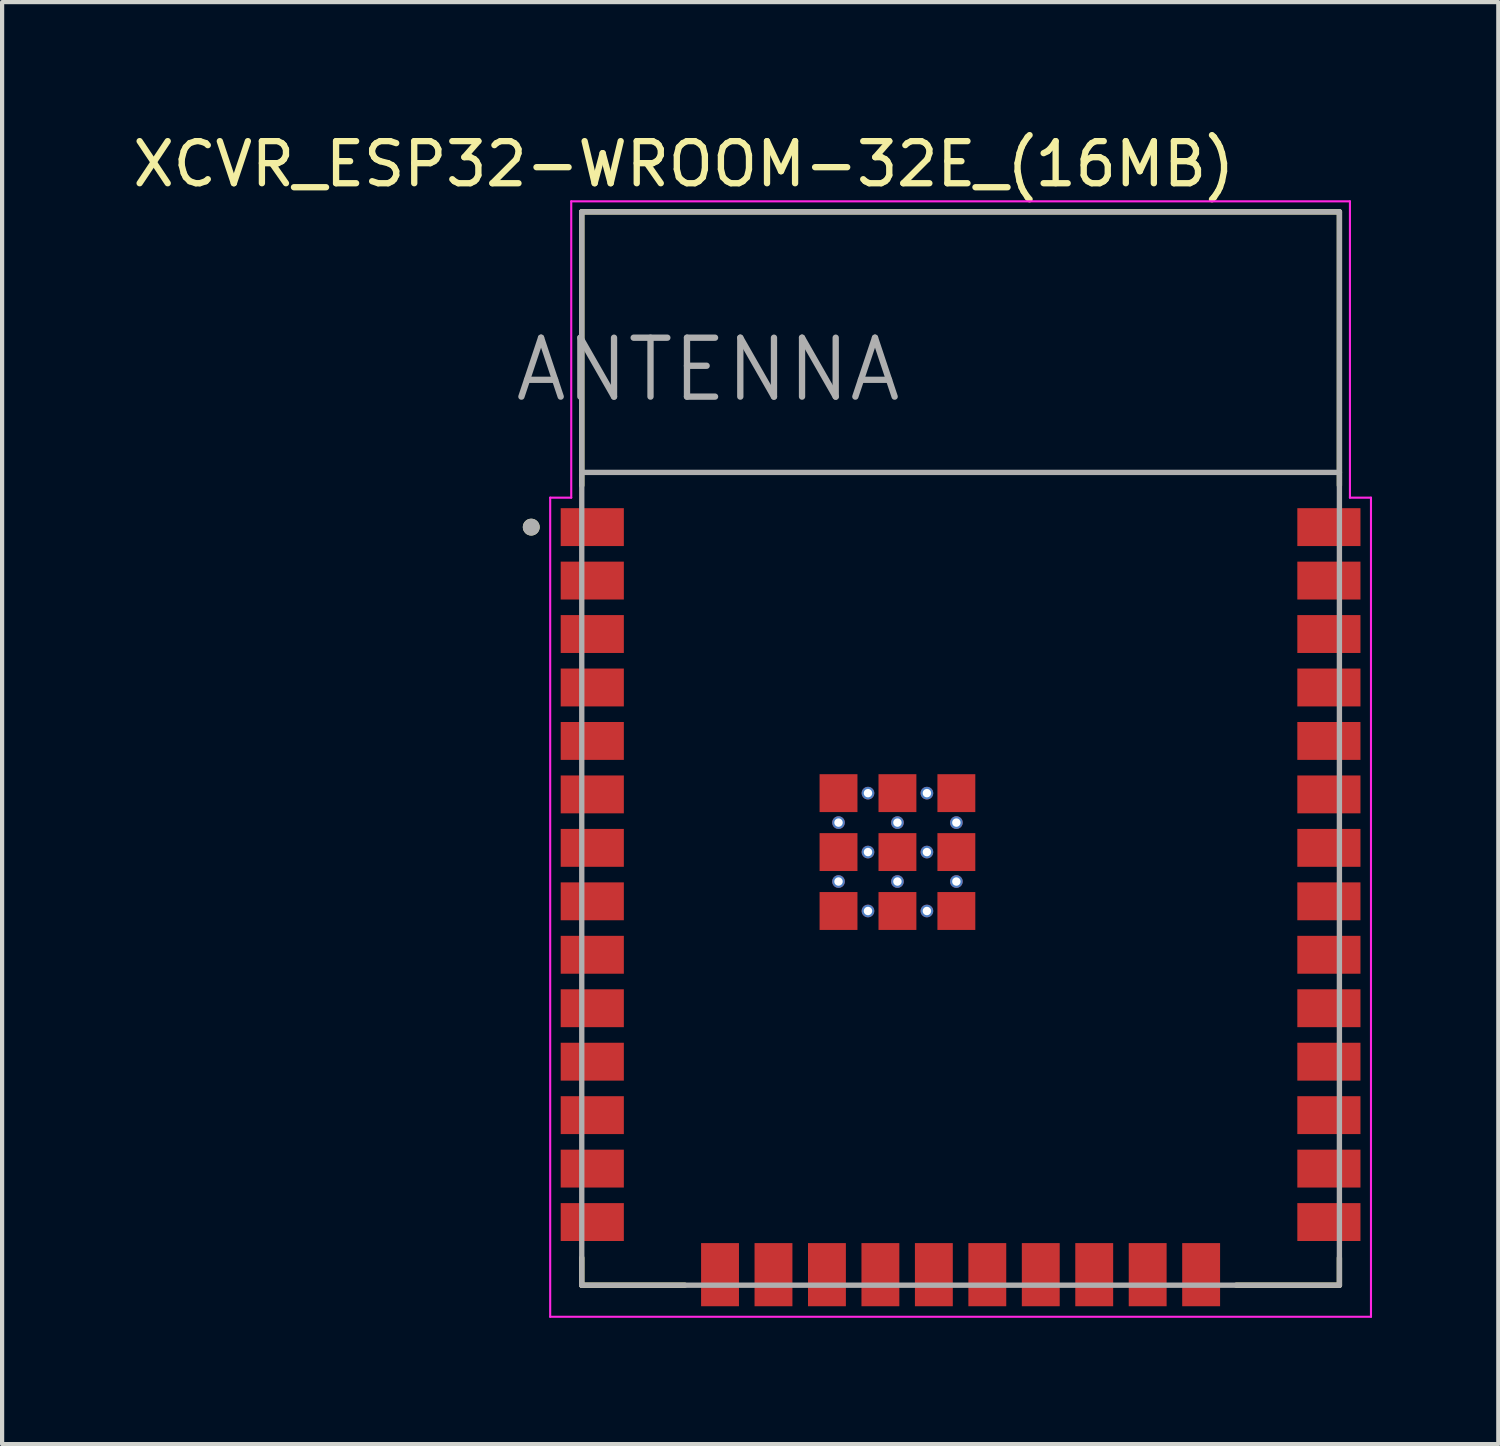
<source format=kicad_pcb>
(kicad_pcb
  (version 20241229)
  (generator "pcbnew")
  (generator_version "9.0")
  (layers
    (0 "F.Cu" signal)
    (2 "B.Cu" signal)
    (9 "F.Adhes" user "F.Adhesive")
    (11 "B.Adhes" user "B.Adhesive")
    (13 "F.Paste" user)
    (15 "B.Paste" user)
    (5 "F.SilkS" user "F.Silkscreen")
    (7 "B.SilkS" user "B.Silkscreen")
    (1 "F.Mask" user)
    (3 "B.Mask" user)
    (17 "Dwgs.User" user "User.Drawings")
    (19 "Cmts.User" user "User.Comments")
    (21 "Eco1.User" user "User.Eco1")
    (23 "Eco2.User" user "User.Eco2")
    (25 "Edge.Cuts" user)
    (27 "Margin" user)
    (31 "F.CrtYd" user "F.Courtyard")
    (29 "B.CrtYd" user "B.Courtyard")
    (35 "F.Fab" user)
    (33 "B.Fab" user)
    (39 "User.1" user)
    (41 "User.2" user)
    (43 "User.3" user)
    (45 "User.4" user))
  (footprint "XCVR_ESP32-WROOM-32E_(16MB)"
    (layer "F.Cu")
    (at 19.771 14.733)
    (property "Reference" "XCVR_ESP32-WROOM-32E_(16MB)" (at -6.575 -13.885 0) (layer "F.SilkS") (effects (font (size 1 1) (thickness 0.15))))
    (attr through_hole)
    (fp_line (start -9 -12.75) (end 9 -12.75) (stroke (width 0.127) (type solid)) (layer "F.SilkS"))
    (fp_line (start -9 -6.25) (end -9 -12.75) (stroke (width 0.127) (type solid)) (layer "F.SilkS"))
    (fp_line (start -9 12.1) (end -9 12.75) (stroke (width 0.127) (type solid)) (layer "F.SilkS"))
    (fp_line (start -9 12.75) (end -6.55 12.75) (stroke (width 0.127) (type solid)) (layer "F.SilkS"))
    (fp_line (start 6.55 12.75) (end 9 12.75) (stroke (width 0.127) (type solid)) (layer "F.SilkS"))
    (fp_line (start 9 -12.75) (end 9 -6.25) (stroke (width 0.127) (type solid)) (layer "F.SilkS"))
    (fp_line (start 9 12.75) (end 9 12.1) (stroke (width 0.127) (type solid)) (layer "F.SilkS"))
    (fp_circle (center -10.2 -5.26) (end -10.1 -5.26) (stroke (width 0.2) (type solid)) (fill no) (layer "F.SilkS"))
    (fp_line (start -9.75 -5.96) (end -9.25 -5.96) (stroke (width 0.05) (type solid)) (layer "F.CrtYd"))
    (fp_line (start -9.75 13.5) (end -9.75 -5.96) (stroke (width 0.05) (type solid)) (layer "F.CrtYd"))
    (fp_line (start -9.25 -13) (end 9.25 -13) (stroke (width 0.05) (type solid)) (layer "F.CrtYd"))
    (fp_line (start -9.25 -5.96) (end -9.25 -13) (stroke (width 0.05) (type solid)) (layer "F.CrtYd"))
    (fp_line (start 9.25 -13) (end 9.25 -5.96) (stroke (width 0.05) (type solid)) (layer "F.CrtYd"))
    (fp_line (start 9.25 -5.96) (end 9.75 -5.96) (stroke (width 0.05) (type solid)) (layer "F.CrtYd"))
    (fp_line (start 9.75 -5.96) (end 9.75 13.5) (stroke (width 0.05) (type solid)) (layer "F.CrtYd"))
    (fp_line (start 9.75 13.5) (end -9.75 13.5) (stroke (width 0.05) (type solid)) (layer "F.CrtYd"))
    (fp_line (start -9 -12.75) (end -9 -6.56) (stroke (width 0.127) (type solid)) (layer "F.Fab"))
    (fp_line (start -9 -12.75) (end 9 -12.75) (stroke (width 0.127) (type solid)) (layer "F.Fab"))
    (fp_line (start -9 -6.56) (end 9 -6.56) (stroke (width 0.127) (type solid)) (layer "F.Fab"))
    (fp_line (start -9 12.75) (end -9 -6.56) (stroke (width 0.127) (type solid)) (layer "F.Fab"))
    (fp_line (start 9 -12.75) (end 9 -6.56) (stroke (width 0.127) (type solid)) (layer "F.Fab"))
    (fp_line (start 9 -6.56) (end 9 12.75) (stroke (width 0.127) (type solid)) (layer "F.Fab"))
    (fp_line (start 9 12.75) (end -9 12.75) (stroke (width 0.127) (type solid)) (layer "F.Fab"))
    (fp_circle (center -10.2 -5.26) (end -10.1 -5.26) (stroke (width 0.2) (type solid)) (fill no) (layer "F.Fab"))
    (fp_text user "ANTENNA" (at -6 -9 0) (layer "F.Fab") (effects (font (size 1.4 1.4) (thickness 0.15))))
    (pad "1" smd rect (at -8.75 -5.26) (size 1.5 0.9) (layers "F.Cu" "F.Mask" "F.Paste"))
    (pad "2" smd rect (at -8.75 -3.99) (size 1.5 0.9) (layers "F.Cu" "F.Mask" "F.Paste"))
    (pad "3" smd rect (at -8.75 -2.72) (size 1.5 0.9) (layers "F.Cu" "F.Mask" "F.Paste"))
    (pad "4" smd rect (at -8.75 -1.45) (size 1.5 0.9) (layers "F.Cu" "F.Mask" "F.Paste"))
    (pad "5" smd rect (at -8.75 -0.18) (size 1.5 0.9) (layers "F.Cu" "F.Mask" "F.Paste"))
    (pad "6" smd rect (at -8.75 1.09) (size 1.5 0.9) (layers "F.Cu" "F.Mask" "F.Paste"))
    (pad "7" smd rect (at -8.75 2.36) (size 1.5 0.9) (layers "F.Cu" "F.Mask" "F.Paste"))
    (pad "8" smd rect (at -8.75 3.63) (size 1.5 0.9) (layers "F.Cu" "F.Mask" "F.Paste"))
    (pad "9" smd rect (at -8.75 4.9) (size 1.5 0.9) (layers "F.Cu" "F.Mask" "F.Paste"))
    (pad "10" smd rect (at -8.75 6.17) (size 1.5 0.9) (layers "F.Cu" "F.Mask" "F.Paste"))
    (pad "11" smd rect (at -8.75 7.44) (size 1.5 0.9) (layers "F.Cu" "F.Mask" "F.Paste"))
    (pad "12" smd rect (at -8.75 8.71) (size 1.5 0.9) (layers "F.Cu" "F.Mask" "F.Paste"))
    (pad "13" smd rect (at -8.75 9.98) (size 1.5 0.9) (layers "F.Cu" "F.Mask" "F.Paste"))
    (pad "14" smd rect (at -8.75 11.25) (size 1.5 0.9) (layers "F.Cu" "F.Mask" "F.Paste"))
    (pad "15" smd rect (at -5.715 12.5) (size 0.9 1.5) (layers "F.Cu" "F.Mask" "F.Paste"))
    (pad "16" smd rect (at -4.445 12.5) (size 0.9 1.5) (layers "F.Cu" "F.Mask" "F.Paste"))
    (pad "17" smd rect (at -3.175 12.5) (size 0.9 1.5) (layers "F.Cu" "F.Mask" "F.Paste"))
    (pad "18" smd rect (at -1.905 12.5) (size 0.9 1.5) (layers "F.Cu" "F.Mask" "F.Paste"))
    (pad "19" smd rect (at -0.635 12.5) (size 0.9 1.5) (layers "F.Cu" "F.Mask" "F.Paste"))
    (pad "20" smd rect (at 0.635 12.5) (size 0.9 1.5) (layers "F.Cu" "F.Mask" "F.Paste"))
    (pad "21" smd rect (at 1.905 12.5) (size 0.9 1.5) (layers "F.Cu" "F.Mask" "F.Paste"))
    (pad "22" smd rect (at 3.175 12.5) (size 0.9 1.5) (layers "F.Cu" "F.Mask" "F.Paste"))
    (pad "23" smd rect (at 4.445 12.5) (size 0.9 1.5) (layers "F.Cu" "F.Mask" "F.Paste"))
    (pad "24" smd rect (at 5.715 12.5) (size 0.9 1.5) (layers "F.Cu" "F.Mask" "F.Paste"))
    (pad "25" smd rect (at 8.75 11.25) (size 1.5 0.9) (layers "F.Cu" "F.Mask" "F.Paste"))
    (pad "26" smd rect (at 8.75 9.98) (size 1.5 0.9) (layers "F.Cu" "F.Mask" "F.Paste"))
    (pad "27" smd rect (at 8.75 8.71) (size 1.5 0.9) (layers "F.Cu" "F.Mask" "F.Paste"))
    (pad "28" smd rect (at 8.75 7.44) (size 1.5 0.9) (layers "F.Cu" "F.Mask" "F.Paste"))
    (pad "29" smd rect (at 8.75 6.17) (size 1.5 0.9) (layers "F.Cu" "F.Mask" "F.Paste"))
    (pad "30" smd rect (at 8.75 4.9) (size 1.5 0.9) (layers "F.Cu" "F.Mask" "F.Paste"))
    (pad "31" smd rect (at 8.75 3.63) (size 1.5 0.9) (layers "F.Cu" "F.Mask" "F.Paste"))
    (pad "32" smd rect (at 8.75 2.36) (size 1.5 0.9) (layers "F.Cu" "F.Mask" "F.Paste"))
    (pad "33" smd rect (at 8.75 1.09) (size 1.5 0.9) (layers "F.Cu" "F.Mask" "F.Paste"))
    (pad "34" smd rect (at 8.75 -0.18) (size 1.5 0.9) (layers "F.Cu" "F.Mask" "F.Paste"))
    (pad "35" smd rect (at 8.75 -1.45) (size 1.5 0.9) (layers "F.Cu" "F.Mask" "F.Paste"))
    (pad "36" smd rect (at 8.75 -2.72) (size 1.5 0.9) (layers "F.Cu" "F.Mask" "F.Paste"))
    (pad "37" smd rect (at 8.75 -3.99) (size 1.5 0.9) (layers "F.Cu" "F.Mask" "F.Paste"))
    (pad "38" smd rect (at 8.75 -5.26) (size 1.5 0.9) (layers "F.Cu" "F.Mask" "F.Paste"))
    (pad "39_1" smd rect (at -2.9 1.06) (size 0.9 0.9) (layers "F.Cu" "F.Mask" "F.Paste"))
    (pad "39_2" smd rect (at -1.5 1.06) (size 0.9 0.9) (layers "F.Cu" "F.Mask" "F.Paste"))
    (pad "39_3" smd rect (at -0.1 1.06) (size 0.9 0.9) (layers "F.Cu" "F.Mask" "F.Paste"))
    (pad "39_4" smd rect (at -2.9 2.46) (size 0.9 0.9) (layers "F.Cu" "F.Mask" "F.Paste"))
    (pad "39_5" smd rect (at -1.5 2.46) (size 0.9 0.9) (layers "F.Cu" "F.Mask" "F.Paste"))
    (pad "39_6" smd rect (at -0.1 2.46) (size 0.9 0.9) (layers "F.Cu" "F.Mask" "F.Paste"))
    (pad "39_7" smd rect (at -2.9 3.86) (size 0.9 0.9) (layers "F.Cu" "F.Mask" "F.Paste"))
    (pad "39_8" smd rect (at -1.5 3.86) (size 0.9 0.9) (layers "F.Cu" "F.Mask" "F.Paste"))
    (pad "39_9" smd rect (at -0.1 3.86) (size 0.9 0.9) (layers "F.Cu" "F.Mask" "F.Paste"))
    (pad "39_10" thru_hole circle (at -2.2 1.06) (size 0.3 0.3) (drill 0.2) (layers "*.Cu"))
    (pad "39_11" thru_hole circle (at -0.8 1.06) (size 0.3 0.3) (drill 0.2) (layers "*.Cu"))
    (pad "39_12" thru_hole circle (at -2.9 1.76) (size 0.3 0.3) (drill 0.2) (layers "*.Cu"))
    (pad "39_13" thru_hole circle (at -1.5 1.76) (size 0.3 0.3) (drill 0.2) (layers "*.Cu"))
    (pad "39_14" thru_hole circle (at -0.1 1.76) (size 0.3 0.3) (drill 0.2) (layers "*.Cu"))
    (pad "39_15" thru_hole circle (at -2.2 2.46) (size 0.3 0.3) (drill 0.2) (layers "*.Cu"))
    (pad "39_16" thru_hole circle (at -0.8 2.46) (size 0.3 0.3) (drill 0.2) (layers "*.Cu"))
    (pad "39_17" thru_hole circle (at -2.9 3.16) (size 0.3 0.3) (drill 0.2) (layers "*.Cu"))
    (pad "39_18" thru_hole circle (at -1.5 3.16) (size 0.3 0.3) (drill 0.2) (layers "*.Cu"))
    (pad "39_19" thru_hole circle (at -0.1 3.16) (size 0.3 0.3) (drill 0.2) (layers "*.Cu"))
    (pad "39_20" thru_hole circle (at -2.2 3.86) (size 0.3 0.3) (drill 0.2) (layers "*.Cu"))
    (pad "39_21" thru_hole circle (at -0.8 3.86) (size 0.3 0.3) (drill 0.2) (layers "*.Cu"))
    (zone (net_name "") (layer "F.Cu") (hatch full 0.508) (connect_pads) (min_thickness 0.01) (filled_areas_thickness no) (keepout (tracks not_allowed) (vias not_allowed) (pads not_allowed) (copperpour not_allowed) (footprints allowed)) (placement (enabled no)) (fill) (polygon (pts (xy 10.771 1.983) (xy 28.771 1.983) (xy 28.771 8.173) (xy 10.771 8.173))))
    (zone (net_name "") (layers "F.Cu" "B.Cu") (hatch full 0.508) (connect_pads) (min_thickness 0.01) (filled_areas_thickness no) (keepout (tracks allowed) (vias not_allowed) (pads allowed) (copperpour allowed) (footprints allowed)) (placement (enabled no)) (fill) (polygon (pts (xy 10.771 1.983) (xy 28.771 1.983) (xy 28.771 8.173) (xy 10.771 8.173)))))
  (gr_rect
    (start -3 -3)
    (end 32.546 31.258)
    (stroke (width 0.1) (type default))
    (fill no)
    (layer "Edge.Cuts")))
</source>
